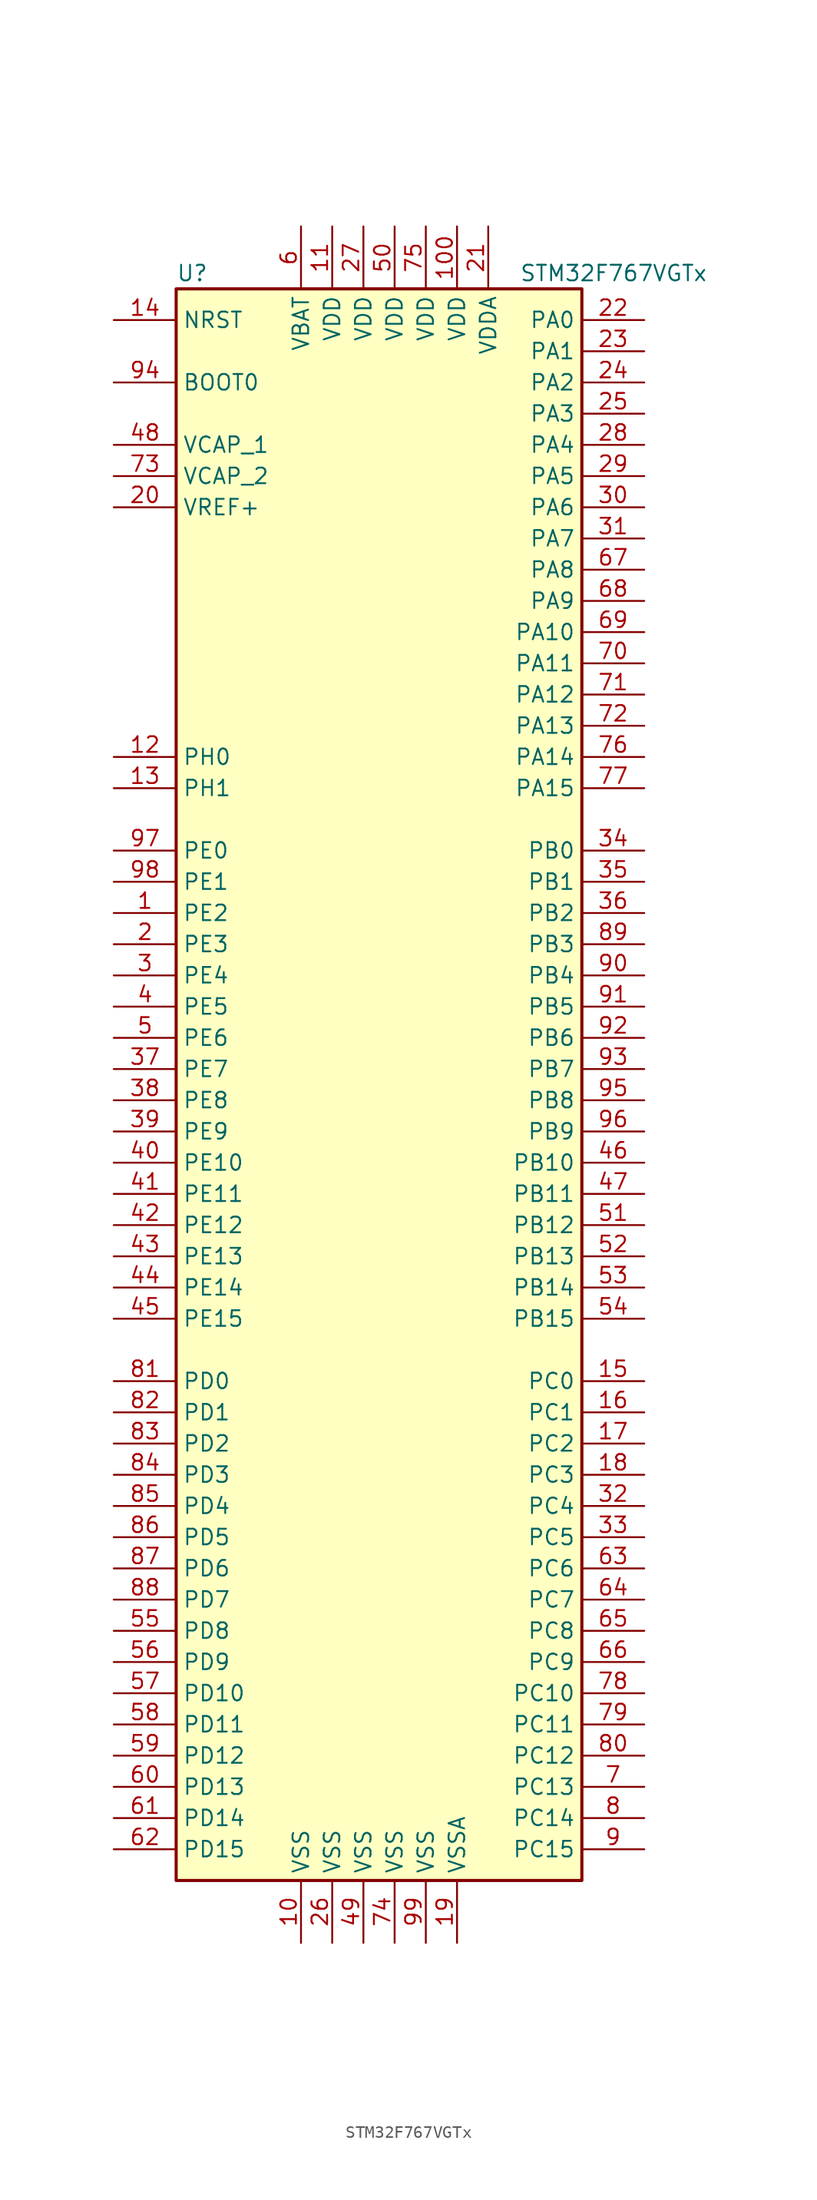
<source format=kicad_sym>
(kicad_symbol_lib
  (version 20201005)
  (generator kicad_symbol_editor)
  (symbol "MCU_ST_STM32F7:STM32F767VGTx"
    (property "Reference" "U"
      (at -17.78 64.77 0)
      (effects (font (size 1.27 1.27)) (justify left)))
    (property "Value" "STM32F767VGTx"
      (at 10.16 64.77 0)
      (effects (font (size 1.27 1.27)) (justify left)))
    (symbol "STM32F767VGTx_0_1"
      (rectangle (start -17.78 -66.04) (end 15.24 63.5) (stroke (width 0.254)) (fill (type background))))
    (symbol "STM32F767VGTx_1_1"
      (pin input line (at -22.86 55.88 0) (length 5.08) (name "BOOT0" (effects (font (size 1.27 1.27)))) (number "94" (effects (font (size 1.27 1.27)))))
      (pin input line (at -22.86 60.96 0) (length 5.08) (name "NRST" (effects (font (size 1.27 1.27)))) (number "14" (effects (font (size 1.27 1.27)))))
      (pin bidirectional line (at 20.32 60.96 180) (length 5.08) (name "PA0" (effects (font (size 1.27 1.27)))) (number "22" (effects (font (size 1.27 1.27)))))
      (pin bidirectional line (at 20.32 58.42 180) (length 5.08) (name "PA1" (effects (font (size 1.27 1.27)))) (number "23" (effects (font (size 1.27 1.27)))))
      (pin bidirectional line (at 20.32 35.56 180) (length 5.08) (name "PA10" (effects (font (size 1.27 1.27)))) (number "69" (effects (font (size 1.27 1.27)))))
      (pin bidirectional line (at 20.32 33.02 180) (length 5.08) (name "PA11" (effects (font (size 1.27 1.27)))) (number "70" (effects (font (size 1.27 1.27)))))
      (pin bidirectional line (at 20.32 30.48 180) (length 5.08) (name "PA12" (effects (font (size 1.27 1.27)))) (number "71" (effects (font (size 1.27 1.27)))))
      (pin bidirectional line (at 20.32 27.94 180) (length 5.08) (name "PA13" (effects (font (size 1.27 1.27)))) (number "72" (effects (font (size 1.27 1.27)))))
      (pin bidirectional line (at 20.32 25.4 180) (length 5.08) (name "PA14" (effects (font (size 1.27 1.27)))) (number "76" (effects (font (size 1.27 1.27)))))
      (pin bidirectional line (at 20.32 22.86 180) (length 5.08) (name "PA15" (effects (font (size 1.27 1.27)))) (number "77" (effects (font (size 1.27 1.27)))))
      (pin bidirectional line (at 20.32 55.88 180) (length 5.08) (name "PA2" (effects (font (size 1.27 1.27)))) (number "24" (effects (font (size 1.27 1.27)))))
      (pin bidirectional line (at 20.32 53.34 180) (length 5.08) (name "PA3" (effects (font (size 1.27 1.27)))) (number "25" (effects (font (size 1.27 1.27)))))
      (pin bidirectional line (at 20.32 50.8 180) (length 5.08) (name "PA4" (effects (font (size 1.27 1.27)))) (number "28" (effects (font (size 1.27 1.27)))))
      (pin bidirectional line (at 20.32 48.26 180) (length 5.08) (name "PA5" (effects (font (size 1.27 1.27)))) (number "29" (effects (font (size 1.27 1.27)))))
      (pin bidirectional line (at 20.32 45.72 180) (length 5.08) (name "PA6" (effects (font (size 1.27 1.27)))) (number "30" (effects (font (size 1.27 1.27)))))
      (pin bidirectional line (at 20.32 43.18 180) (length 5.08) (name "PA7" (effects (font (size 1.27 1.27)))) (number "31" (effects (font (size 1.27 1.27)))))
      (pin bidirectional line (at 20.32 40.64 180) (length 5.08) (name "PA8" (effects (font (size 1.27 1.27)))) (number "67" (effects (font (size 1.27 1.27)))))
      (pin bidirectional line (at 20.32 38.1 180) (length 5.08) (name "PA9" (effects (font (size 1.27 1.27)))) (number "68" (effects (font (size 1.27 1.27)))))
      (pin bidirectional line (at 20.32 17.78 180) (length 5.08) (name "PB0" (effects (font (size 1.27 1.27)))) (number "34" (effects (font (size 1.27 1.27)))))
      (pin bidirectional line (at 20.32 15.24 180) (length 5.08) (name "PB1" (effects (font (size 1.27 1.27)))) (number "35" (effects (font (size 1.27 1.27)))))
      (pin bidirectional line (at 20.32 -7.62 180) (length 5.08) (name "PB10" (effects (font (size 1.27 1.27)))) (number "46" (effects (font (size 1.27 1.27)))))
      (pin bidirectional line (at 20.32 -10.16 180) (length 5.08) (name "PB11" (effects (font (size 1.27 1.27)))) (number "47" (effects (font (size 1.27 1.27)))))
      (pin bidirectional line (at 20.32 -12.7 180) (length 5.08) (name "PB12" (effects (font (size 1.27 1.27)))) (number "51" (effects (font (size 1.27 1.27)))))
      (pin bidirectional line (at 20.32 -15.24 180) (length 5.08) (name "PB13" (effects (font (size 1.27 1.27)))) (number "52" (effects (font (size 1.27 1.27)))))
      (pin bidirectional line (at 20.32 -17.78 180) (length 5.08) (name "PB14" (effects (font (size 1.27 1.27)))) (number "53" (effects (font (size 1.27 1.27)))))
      (pin bidirectional line (at 20.32 -20.32 180) (length 5.08) (name "PB15" (effects (font (size 1.27 1.27)))) (number "54" (effects (font (size 1.27 1.27)))))
      (pin bidirectional line (at 20.32 12.7 180) (length 5.08) (name "PB2" (effects (font (size 1.27 1.27)))) (number "36" (effects (font (size 1.27 1.27)))))
      (pin bidirectional line (at 20.32 10.16 180) (length 5.08) (name "PB3" (effects (font (size 1.27 1.27)))) (number "89" (effects (font (size 1.27 1.27)))))
      (pin bidirectional line (at 20.32 7.62 180) (length 5.08) (name "PB4" (effects (font (size 1.27 1.27)))) (number "90" (effects (font (size 1.27 1.27)))))
      (pin bidirectional line (at 20.32 5.08 180) (length 5.08) (name "PB5" (effects (font (size 1.27 1.27)))) (number "91" (effects (font (size 1.27 1.27)))))
      (pin bidirectional line (at 20.32 2.54 180) (length 5.08) (name "PB6" (effects (font (size 1.27 1.27)))) (number "92" (effects (font (size 1.27 1.27)))))
      (pin bidirectional line (at 20.32 0 180) (length 5.08) (name "PB7" (effects (font (size 1.27 1.27)))) (number "93" (effects (font (size 1.27 1.27)))))
      (pin bidirectional line (at 20.32 -2.54 180) (length 5.08) (name "PB8" (effects (font (size 1.27 1.27)))) (number "95" (effects (font (size 1.27 1.27)))))
      (pin bidirectional line (at 20.32 -5.08 180) (length 5.08) (name "PB9" (effects (font (size 1.27 1.27)))) (number "96" (effects (font (size 1.27 1.27)))))
      (pin bidirectional line (at 20.32 -25.4 180) (length 5.08) (name "PC0" (effects (font (size 1.27 1.27)))) (number "15" (effects (font (size 1.27 1.27)))))
      (pin bidirectional line (at 20.32 -27.94 180) (length 5.08) (name "PC1" (effects (font (size 1.27 1.27)))) (number "16" (effects (font (size 1.27 1.27)))))
      (pin bidirectional line (at 20.32 -50.8 180) (length 5.08) (name "PC10" (effects (font (size 1.27 1.27)))) (number "78" (effects (font (size 1.27 1.27)))))
      (pin bidirectional line (at 20.32 -53.34 180) (length 5.08) (name "PC11" (effects (font (size 1.27 1.27)))) (number "79" (effects (font (size 1.27 1.27)))))
      (pin bidirectional line (at 20.32 -55.88 180) (length 5.08) (name "PC12" (effects (font (size 1.27 1.27)))) (number "80" (effects (font (size 1.27 1.27)))))
      (pin bidirectional line (at 20.32 -58.42 180) (length 5.08) (name "PC13" (effects (font (size 1.27 1.27)))) (number "7" (effects (font (size 1.27 1.27)))))
      (pin bidirectional line (at 20.32 -60.96 180) (length 5.08) (name "PC14" (effects (font (size 1.27 1.27)))) (number "8" (effects (font (size 1.27 1.27)))))
      (pin bidirectional line (at 20.32 -63.5 180) (length 5.08) (name "PC15" (effects (font (size 1.27 1.27)))) (number "9" (effects (font (size 1.27 1.27)))))
      (pin bidirectional line (at 20.32 -30.48 180) (length 5.08) (name "PC2" (effects (font (size 1.27 1.27)))) (number "17" (effects (font (size 1.27 1.27)))))
      (pin bidirectional line (at 20.32 -33.02 180) (length 5.08) (name "PC3" (effects (font (size 1.27 1.27)))) (number "18" (effects (font (size 1.27 1.27)))))
      (pin bidirectional line (at 20.32 -35.56 180) (length 5.08) (name "PC4" (effects (font (size 1.27 1.27)))) (number "32" (effects (font (size 1.27 1.27)))))
      (pin bidirectional line (at 20.32 -38.1 180) (length 5.08) (name "PC5" (effects (font (size 1.27 1.27)))) (number "33" (effects (font (size 1.27 1.27)))))
      (pin bidirectional line (at 20.32 -40.64 180) (length 5.08) (name "PC6" (effects (font (size 1.27 1.27)))) (number "63" (effects (font (size 1.27 1.27)))))
      (pin bidirectional line (at 20.32 -43.18 180) (length 5.08) (name "PC7" (effects (font (size 1.27 1.27)))) (number "64" (effects (font (size 1.27 1.27)))))
      (pin bidirectional line (at 20.32 -45.72 180) (length 5.08) (name "PC8" (effects (font (size 1.27 1.27)))) (number "65" (effects (font (size 1.27 1.27)))))
      (pin bidirectional line (at 20.32 -48.26 180) (length 5.08) (name "PC9" (effects (font (size 1.27 1.27)))) (number "66" (effects (font (size 1.27 1.27)))))
      (pin bidirectional line (at -22.86 -25.4 0) (length 5.08) (name "PD0" (effects (font (size 1.27 1.27)))) (number "81" (effects (font (size 1.27 1.27)))))
      (pin bidirectional line (at -22.86 -27.94 0) (length 5.08) (name "PD1" (effects (font (size 1.27 1.27)))) (number "82" (effects (font (size 1.27 1.27)))))
      (pin bidirectional line (at -22.86 -50.8 0) (length 5.08) (name "PD10" (effects (font (size 1.27 1.27)))) (number "57" (effects (font (size 1.27 1.27)))))
      (pin bidirectional line (at -22.86 -53.34 0) (length 5.08) (name "PD11" (effects (font (size 1.27 1.27)))) (number "58" (effects (font (size 1.27 1.27)))))
      (pin bidirectional line (at -22.86 -55.88 0) (length 5.08) (name "PD12" (effects (font (size 1.27 1.27)))) (number "59" (effects (font (size 1.27 1.27)))))
      (pin bidirectional line (at -22.86 -58.42 0) (length 5.08) (name "PD13" (effects (font (size 1.27 1.27)))) (number "60" (effects (font (size 1.27 1.27)))))
      (pin bidirectional line (at -22.86 -60.96 0) (length 5.08) (name "PD14" (effects (font (size 1.27 1.27)))) (number "61" (effects (font (size 1.27 1.27)))))
      (pin bidirectional line (at -22.86 -63.5 0) (length 5.08) (name "PD15" (effects (font (size 1.27 1.27)))) (number "62" (effects (font (size 1.27 1.27)))))
      (pin bidirectional line (at -22.86 -30.48 0) (length 5.08) (name "PD2" (effects (font (size 1.27 1.27)))) (number "83" (effects (font (size 1.27 1.27)))))
      (pin bidirectional line (at -22.86 -33.02 0) (length 5.08) (name "PD3" (effects (font (size 1.27 1.27)))) (number "84" (effects (font (size 1.27 1.27)))))
      (pin bidirectional line (at -22.86 -35.56 0) (length 5.08) (name "PD4" (effects (font (size 1.27 1.27)))) (number "85" (effects (font (size 1.27 1.27)))))
      (pin bidirectional line (at -22.86 -38.1 0) (length 5.08) (name "PD5" (effects (font (size 1.27 1.27)))) (number "86" (effects (font (size 1.27 1.27)))))
      (pin bidirectional line (at -22.86 -40.64 0) (length 5.08) (name "PD6" (effects (font (size 1.27 1.27)))) (number "87" (effects (font (size 1.27 1.27)))))
      (pin bidirectional line (at -22.86 -43.18 0) (length 5.08) (name "PD7" (effects (font (size 1.27 1.27)))) (number "88" (effects (font (size 1.27 1.27)))))
      (pin bidirectional line (at -22.86 -45.72 0) (length 5.08) (name "PD8" (effects (font (size 1.27 1.27)))) (number "55" (effects (font (size 1.27 1.27)))))
      (pin bidirectional line (at -22.86 -48.26 0) (length 5.08) (name "PD9" (effects (font (size 1.27 1.27)))) (number "56" (effects (font (size 1.27 1.27)))))
      (pin bidirectional line (at -22.86 17.78 0) (length 5.08) (name "PE0" (effects (font (size 1.27 1.27)))) (number "97" (effects (font (size 1.27 1.27)))))
      (pin bidirectional line (at -22.86 15.24 0) (length 5.08) (name "PE1" (effects (font (size 1.27 1.27)))) (number "98" (effects (font (size 1.27 1.27)))))
      (pin bidirectional line (at -22.86 -7.62 0) (length 5.08) (name "PE10" (effects (font (size 1.27 1.27)))) (number "40" (effects (font (size 1.27 1.27)))))
      (pin bidirectional line (at -22.86 -10.16 0) (length 5.08) (name "PE11" (effects (font (size 1.27 1.27)))) (number "41" (effects (font (size 1.27 1.27)))))
      (pin bidirectional line (at -22.86 -12.7 0) (length 5.08) (name "PE12" (effects (font (size 1.27 1.27)))) (number "42" (effects (font (size 1.27 1.27)))))
      (pin bidirectional line (at -22.86 -15.24 0) (length 5.08) (name "PE13" (effects (font (size 1.27 1.27)))) (number "43" (effects (font (size 1.27 1.27)))))
      (pin bidirectional line (at -22.86 -17.78 0) (length 5.08) (name "PE14" (effects (font (size 1.27 1.27)))) (number "44" (effects (font (size 1.27 1.27)))))
      (pin bidirectional line (at -22.86 -20.32 0) (length 5.08) (name "PE15" (effects (font (size 1.27 1.27)))) (number "45" (effects (font (size 1.27 1.27)))))
      (pin bidirectional line (at -22.86 12.7 0) (length 5.08) (name "PE2" (effects (font (size 1.27 1.27)))) (number "1" (effects (font (size 1.27 1.27)))))
      (pin bidirectional line (at -22.86 10.16 0) (length 5.08) (name "PE3" (effects (font (size 1.27 1.27)))) (number "2" (effects (font (size 1.27 1.27)))))
      (pin bidirectional line (at -22.86 7.62 0) (length 5.08) (name "PE4" (effects (font (size 1.27 1.27)))) (number "3" (effects (font (size 1.27 1.27)))))
      (pin bidirectional line (at -22.86 5.08 0) (length 5.08) (name "PE5" (effects (font (size 1.27 1.27)))) (number "4" (effects (font (size 1.27 1.27)))))
      (pin bidirectional line (at -22.86 2.54 0) (length 5.08) (name "PE6" (effects (font (size 1.27 1.27)))) (number "5" (effects (font (size 1.27 1.27)))))
      (pin bidirectional line (at -22.86 0 0) (length 5.08) (name "PE7" (effects (font (size 1.27 1.27)))) (number "37" (effects (font (size 1.27 1.27)))))
      (pin bidirectional line (at -22.86 -2.54 0) (length 5.08) (name "PE8" (effects (font (size 1.27 1.27)))) (number "38" (effects (font (size 1.27 1.27)))))
      (pin bidirectional line (at -22.86 -5.08 0) (length 5.08) (name "PE9" (effects (font (size 1.27 1.27)))) (number "39" (effects (font (size 1.27 1.27)))))
      (pin input line (at -22.86 25.4 0) (length 5.08) (name "PH0" (effects (font (size 1.27 1.27)))) (number "12" (effects (font (size 1.27 1.27)))))
      (pin input line (at -22.86 22.86 0) (length 5.08) (name "PH1" (effects (font (size 1.27 1.27)))) (number "13" (effects (font (size 1.27 1.27)))))
      (pin power_in line (at -7.62 68.58 270) (length 5.08) (name "VBAT" (effects (font (size 1.27 1.27)))) (number "6" (effects (font (size 1.27 1.27)))))
      (pin power_in line (at -22.86 50.8 0) (length 5.08) (name "VCAP_1" (effects (font (size 1.27 1.27)))) (number "48" (effects (font (size 1.27 1.27)))))
      (pin power_in line (at -22.86 48.26 0) (length 5.08) (name "VCAP_2" (effects (font (size 1.27 1.27)))) (number "73" (effects (font (size 1.27 1.27)))))
      (pin power_in line (at 5.08 68.58 270) (length 5.08) (name "VDD" (effects (font (size 1.27 1.27)))) (number "100" (effects (font (size 1.27 1.27)))))
      (pin power_in line (at -5.08 68.58 270) (length 5.08) (name "VDD" (effects (font (size 1.27 1.27)))) (number "11" (effects (font (size 1.27 1.27)))))
      (pin power_in line (at -2.54 68.58 270) (length 5.08) (name "VDD" (effects (font (size 1.27 1.27)))) (number "27" (effects (font (size 1.27 1.27)))))
      (pin power_in line (at 0 68.58 270) (length 5.08) (name "VDD" (effects (font (size 1.27 1.27)))) (number "50" (effects (font (size 1.27 1.27)))))
      (pin power_in line (at 2.54 68.58 270) (length 5.08) (name "VDD" (effects (font (size 1.27 1.27)))) (number "75" (effects (font (size 1.27 1.27)))))
      (pin power_in line (at 7.62 68.58 270) (length 5.08) (name "VDDA" (effects (font (size 1.27 1.27)))) (number "21" (effects (font (size 1.27 1.27)))))
      (pin power_in line (at -22.86 45.72 0) (length 5.08) (name "VREF+" (effects (font (size 1.27 1.27)))) (number "20" (effects (font (size 1.27 1.27)))))
      (pin power_in line (at -7.62 -71.12 90) (length 5.08) (name "VSS" (effects (font (size 1.27 1.27)))) (number "10" (effects (font (size 1.27 1.27)))))
      (pin power_in line (at -5.08 -71.12 90) (length 5.08) (name "VSS" (effects (font (size 1.27 1.27)))) (number "26" (effects (font (size 1.27 1.27)))))
      (pin power_in line (at -2.54 -71.12 90) (length 5.08) (name "VSS" (effects (font (size 1.27 1.27)))) (number "49" (effects (font (size 1.27 1.27)))))
      (pin power_in line (at 0 -71.12 90) (length 5.08) (name "VSS" (effects (font (size 1.27 1.27)))) (number "74" (effects (font (size 1.27 1.27)))))
      (pin power_in line (at 2.54 -71.12 90) (length 5.08) (name "VSS" (effects (font (size 1.27 1.27)))) (number "99" (effects (font (size 1.27 1.27)))))
      (pin power_in line (at 5.08 -71.12 90) (length 5.08) (name "VSSA" (effects (font (size 1.27 1.27)))) (number "19" (effects (font (size 1.27 1.27))))))))
</source>
